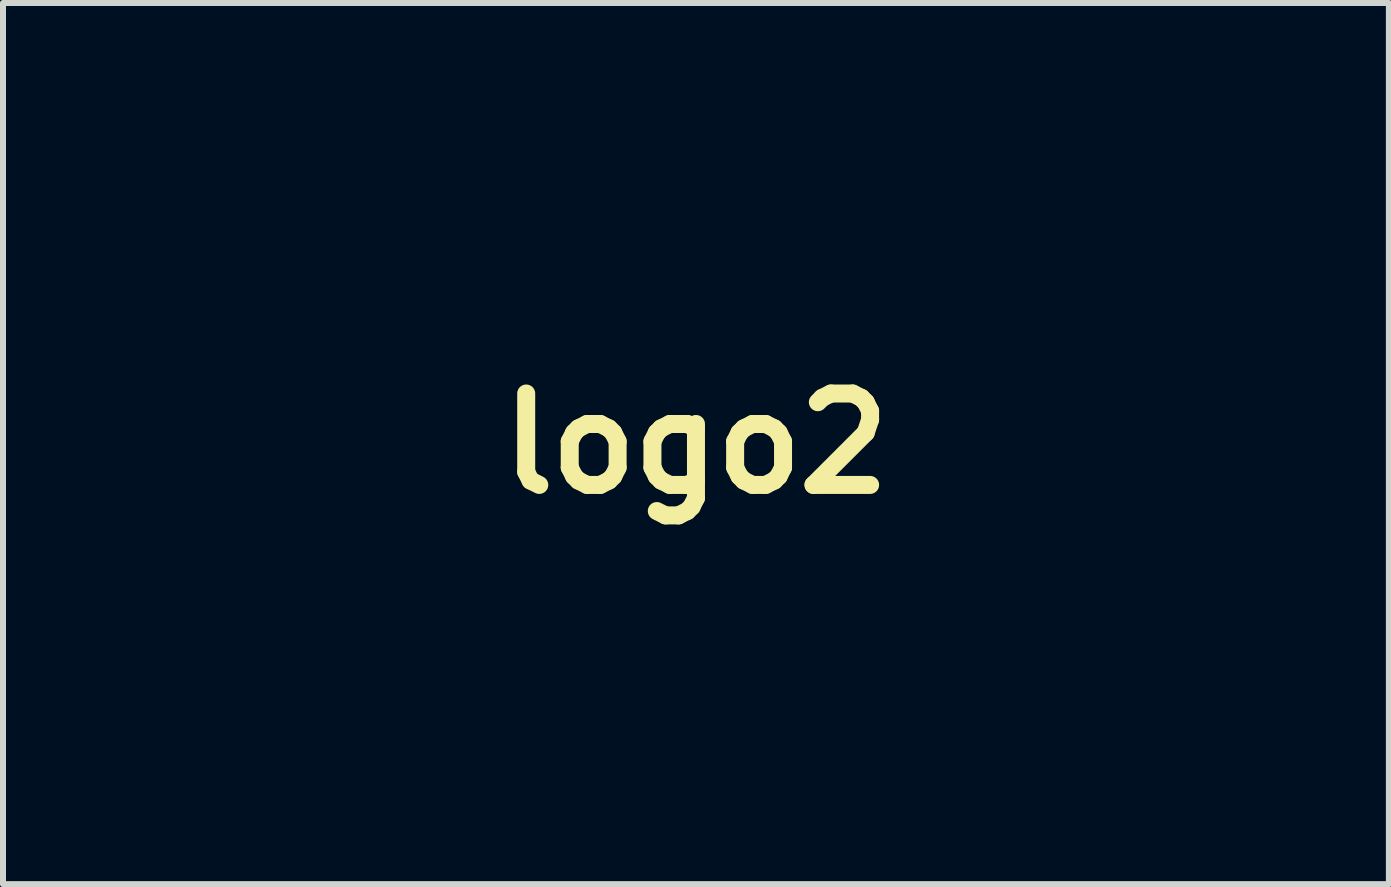
<source format=kicad_pcb>
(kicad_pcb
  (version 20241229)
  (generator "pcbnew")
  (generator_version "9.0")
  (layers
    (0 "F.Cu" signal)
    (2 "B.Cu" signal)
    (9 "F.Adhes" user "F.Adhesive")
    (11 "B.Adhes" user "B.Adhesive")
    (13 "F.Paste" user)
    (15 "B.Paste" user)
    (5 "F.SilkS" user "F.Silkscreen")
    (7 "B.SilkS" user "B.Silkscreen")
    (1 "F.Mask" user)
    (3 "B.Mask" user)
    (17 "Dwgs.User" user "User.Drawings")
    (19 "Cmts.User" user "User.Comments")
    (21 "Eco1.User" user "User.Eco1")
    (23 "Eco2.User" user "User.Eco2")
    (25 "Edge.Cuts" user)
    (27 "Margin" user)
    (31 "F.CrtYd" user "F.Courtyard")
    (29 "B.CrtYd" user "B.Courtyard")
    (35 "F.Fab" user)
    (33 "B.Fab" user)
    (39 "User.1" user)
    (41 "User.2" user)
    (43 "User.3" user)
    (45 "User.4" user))
  (footprint "logo2"
    (layer "F.Cu")
    (at 8.553 4.345)
    (property "Reference" "logo2" (at 0 0 0) (layer "F.SilkS") (effects (font (size 1.524 1.524) (thickness 0.3))))
    (attr through_hole)
    (fp_poly (pts (xy -4.908 -2.085) (xy -4.902 -2.068) (xy -4.897 -2.035) (xy -4.895 -1.993) (xy -4.895 -1.948) (xy -4.897 -1.908) (xy -4.902 -1.877) (xy -4.903 -1.873) (xy -4.92 -1.838) (xy -4.945 -1.805) (xy -4.949 -1.8) (xy -4.973 -1.78) (xy -4.997 -1.77) (xy -5.031 -1.767) (xy -5.042 -1.767) (xy -5.076 -1.768) (xy -5.095 -1.772) (xy -5.103 -1.783) (xy -5.108 -1.804) (xy -5.108 -1.848) (xy -5.099 -1.879) (xy -5.086 -1.901) (xy -5.063 -1.931) (xy -5.034 -1.966) (xy -5.001 -2.002) (xy -4.969 -2.036) (xy -4.941 -2.063) (xy -4.919 -2.081) (xy -4.908 -2.085) (xy -4.908 -2.085)) (stroke (width 0.01) (type solid)) (fill no) (layer "Eco2.User"))
    (fp_poly (pts (xy -4.457 -2.074) (xy -4.442 -2.061) (xy -4.417 -2.037) (xy -4.381 -2) (xy -4.359 -1.977) (xy -4.31 -1.926) (xy -4.275 -1.886) (xy -4.252 -1.854) (xy -4.238 -1.827) (xy -4.231 -1.802) (xy -4.23 -1.773) (xy -4.23 -1.773) (xy -4.232 -1.735) (xy -4.241 -1.713) (xy -4.262 -1.703) (xy -4.299 -1.701) (xy -4.307 -1.701) (xy -4.348 -1.703) (xy -4.377 -1.71) (xy -4.402 -1.726) (xy -4.407 -1.731) (xy -4.445 -1.772) (xy -4.469 -1.822) (xy -4.476 -1.861) (xy -4.384 -1.861) (xy -4.379 -1.855) (xy -4.373 -1.861) (xy -4.379 -1.866) (xy -4.384 -1.861) (xy -4.476 -1.861) (xy -4.48 -1.883) (xy -4.395 -1.883) (xy -4.39 -1.877) (xy -4.384 -1.883) (xy -4.39 -1.888) (xy -4.395 -1.883) (xy -4.48 -1.883) (xy -4.48 -1.885) (xy -4.482 -1.938) (xy -4.481 -1.985) (xy -4.478 -2.027) (xy -4.475 -2.056) (xy -4.474 -2.058) (xy -4.471 -2.07) (xy -4.466 -2.076) (xy -4.457 -2.074)) (stroke (width 0.01) (type solid)) (fill no) (layer "Eco2.User"))
    (fp_poly (pts (xy -4.905 0.769) (xy -4.867 0.781) (xy -4.823 0.797) (xy -4.778 0.817) (xy -4.736 0.838) (xy -4.699 0.859) (xy -4.678 0.874) (xy -4.646 0.908) (xy -4.617 0.952) (xy -4.595 0.999) (xy -4.584 1.04) (xy -4.583 1.049) (xy -4.588 1.074) (xy -4.6 1.11) (xy -4.61 1.135) (xy -4.627 1.168) (xy -4.642 1.186) (xy -4.658 1.192) (xy -4.668 1.193) (xy -4.697 1.186) (xy -4.731 1.171) (xy -4.739 1.166) (xy -4.765 1.146) (xy -4.782 1.128) (xy -4.785 1.124) (xy -4.809 1.067) (xy -4.835 1.007) (xy -4.861 0.949) (xy -4.868 0.934) (xy -4.765 0.934) (xy -4.757 0.951) (xy -4.751 0.961) (xy -4.731 0.992) (xy -4.715 1.02) (xy -4.713 1.024) (xy -4.702 1.041) (xy -4.696 1.044) (xy -4.698 1.033) (xy -4.709 1.009) (xy -4.72 0.989) (xy -4.739 0.959) (xy -4.756 0.938) (xy -4.762 0.932) (xy -4.765 0.934) (xy -4.868 0.934) (xy -4.885 0.896) (xy -4.906 0.852) (xy -4.922 0.821) (xy -4.93 0.806) (xy -4.947 0.784) (xy -4.953 0.774) (xy -4.952 0.765) (xy -4.935 0.763) (xy -4.905 0.769)) (stroke (width 0.01) (type solid)) (fill no) (layer "Eco2.User"))
    (fp_poly (pts (xy -2.946 -1.854) (xy -2.912 -1.804) (xy -2.881 -1.742) (xy -2.856 -1.676) (xy -2.839 -1.612) (xy -2.831 -1.554) (xy -2.833 -1.522) (xy -2.848 -1.459) (xy -2.872 -1.412) (xy -2.907 -1.377) (xy -2.959 -1.348) (xy -2.976 -1.342) (xy -3.01 -1.328) (xy -3.03 -1.324) (xy -3.043 -1.327) (xy -3.052 -1.335) (xy -3.074 -1.365) (xy -3.087 -1.398) (xy -3.091 -1.435) (xy -3.088 -1.458) (xy -2.982 -1.458) (xy -2.978 -1.449) (xy -2.974 -1.45) (xy -2.973 -1.463) (xy -2.974 -1.465) (xy -2.981 -1.464) (xy -2.982 -1.458) (xy -3.088 -1.458) (xy -3.086 -1.481) (xy -3.083 -1.49) (xy -2.967 -1.49) (xy -2.963 -1.489) (xy -2.959 -1.495) (xy -2.951 -1.516) (xy -2.945 -1.552) (xy -2.942 -1.583) (xy -2.94 -1.619) (xy -2.94 -1.635) (xy -2.942 -1.631) (xy -2.947 -1.609) (xy -2.949 -1.601) (xy -2.96 -1.545) (xy -2.966 -1.509) (xy -2.967 -1.49) (xy -3.083 -1.49) (xy -3.071 -1.539) (xy -3.047 -1.613) (xy -3.037 -1.64) (xy -3.016 -1.698) (xy -2.998 -1.753) (xy -2.984 -1.798) (xy -2.976 -1.83) (xy -2.974 -1.836) (xy -2.967 -1.881) (xy -2.946 -1.854)) (stroke (width 0.01) (type solid)) (fill no) (layer "Eco2.User"))
    (fp_poly (pts (xy -6.45 -1.781) (xy -6.446 -1.762) (xy -6.436 -1.727) (xy -6.421 -1.68) (xy -6.402 -1.624) (xy -6.389 -1.585) (xy -6.361 -1.505) (xy -6.342 -1.441) (xy -6.332 -1.392) (xy -6.329 -1.352) (xy -6.334 -1.32) (xy -6.346 -1.291) (xy -6.35 -1.284) (xy -6.364 -1.262) (xy -6.379 -1.252) (xy -6.399 -1.252) (xy -6.429 -1.261) (xy -6.46 -1.274) (xy -6.512 -1.302) (xy -6.548 -1.34) (xy -6.569 -1.386) (xy -6.449 -1.386) (xy -6.444 -1.38) (xy -6.438 -1.386) (xy -6.444 -1.391) (xy -6.449 -1.386) (xy -6.569 -1.386) (xy -6.572 -1.392) (xy -6.582 -1.431) (xy -6.588 -1.473) (xy -6.587 -1.512) (xy -6.583 -1.532) (xy -6.481 -1.532) (xy -6.48 -1.508) (xy -6.475 -1.477) (xy -6.469 -1.445) (xy -6.462 -1.419) (xy -6.455 -1.406) (xy -6.454 -1.406) (xy -6.454 -1.418) (xy -6.457 -1.445) (xy -6.464 -1.483) (xy -6.465 -1.486) (xy -6.472 -1.519) (xy -6.478 -1.536) (xy -6.481 -1.535) (xy -6.481 -1.532) (xy -6.583 -1.532) (xy -6.577 -1.557) (xy -6.559 -1.613) (xy -6.534 -1.673) (xy -6.505 -1.729) (xy -6.477 -1.773) (xy -6.473 -1.778) (xy -6.45 -1.806) (xy -6.45 -1.781)) (stroke (width 0.01) (type solid)) (fill no) (layer "Eco2.User"))
    (fp_poly (pts (xy -5.748 -2.361) (xy -5.75 -2.35) (xy -5.761 -2.325) (xy -5.776 -2.291) (xy -5.79 -2.258) (xy -5.808 -2.209) (xy -5.829 -2.149) (xy -5.851 -2.084) (xy -5.865 -2.038) (xy -5.892 -1.952) (xy -5.915 -1.884) (xy -5.936 -1.833) (xy -5.956 -1.794) (xy -5.977 -1.766) (xy -5.999 -1.744) (xy -6.022 -1.729) (xy -6.068 -1.705) (xy -6.101 -1.694) (xy -6.125 -1.697) (xy -6.142 -1.713) (xy -6.147 -1.719) (xy -6.165 -1.749) (xy -6.188 -1.784) (xy -6.194 -1.793) (xy -6.216 -1.84) (xy -6.219 -1.856) (xy -6.095 -1.856) (xy -6.092 -1.855) (xy -6.082 -1.874) (xy -6.065 -1.914) (xy -6.064 -1.916) (xy -6.041 -1.968) (xy -6.013 -2.025) (xy -5.991 -2.065) (xy -5.971 -2.101) (xy -5.962 -2.12) (xy -5.963 -2.124) (xy -5.973 -2.116) (xy -5.98 -2.109) (xy -6.013 -2.068) (xy -6.045 -2.011) (xy -6.072 -1.942) (xy -6.078 -1.922) (xy -6.09 -1.879) (xy -6.095 -1.856) (xy -6.219 -1.856) (xy -6.226 -1.899) (xy -6.226 -1.901) (xy -6.222 -1.981) (xy -6.195 -2.058) (xy -6.149 -2.131) (xy -6.082 -2.198) (xy -5.995 -2.259) (xy -5.915 -2.301) (xy -5.862 -2.325) (xy -5.815 -2.344) (xy -5.778 -2.357) (xy -5.754 -2.362) (xy -5.748 -2.361)) (stroke (width 0.01) (type solid)) (fill no) (layer "Eco2.User"))
    (fp_poly (pts (xy -4.857 0.221) (xy -4.737 0.227) (xy -4.635 0.245) (xy -4.548 0.276) (xy -4.474 0.32) (xy -4.418 0.371) (xy -4.377 0.423) (xy -4.353 0.471) (xy -4.344 0.523) (xy -4.348 0.585) (xy -4.351 0.602) (xy -4.36 0.653) (xy -4.367 0.687) (xy -4.375 0.706) (xy -4.387 0.715) (xy -4.406 0.718) (xy -4.432 0.717) (xy -4.474 0.714) (xy -4.514 0.705) (xy -4.528 0.7) (xy -4.55 0.69) (xy -4.57 0.676) (xy -4.592 0.658) (xy -4.617 0.632) (xy -4.648 0.596) (xy -4.669 0.569) (xy -4.473 0.569) (xy -4.467 0.574) (xy -4.462 0.569) (xy -4.467 0.563) (xy -4.473 0.569) (xy -4.669 0.569) (xy -4.687 0.547) (xy -4.73 0.491) (xy -4.774 0.437) (xy -4.818 0.383) (xy -4.836 0.362) (xy -4.688 0.362) (xy -4.638 0.404) (xy -4.602 0.436) (xy -4.561 0.473) (xy -4.533 0.499) (xy -4.499 0.531) (xy -4.479 0.548) (xy -4.474 0.55) (xy -4.482 0.536) (xy -4.484 0.533) (xy -4.519 0.492) (xy -4.56 0.45) (xy -4.601 0.414) (xy -4.636 0.389) (xy -4.644 0.384) (xy -4.688 0.362) (xy -4.836 0.362) (xy -4.86 0.335) (xy -4.894 0.297) (xy -4.906 0.284) (xy -4.97 0.221) (xy -4.857 0.221)) (stroke (width 0.01) (type solid)) (fill no) (layer "Eco2.User"))
    (fp_poly (pts (xy -4.129 -1.521) (xy -4.129 -1.508) (xy -4.139 -1.484) (xy -4.14 -1.482) (xy -4.149 -1.461) (xy -4.158 -1.43) (xy -4.167 -1.389) (xy -4.177 -1.334) (xy -4.188 -1.264) (xy -4.201 -1.176) (xy -4.215 -1.069) (xy -4.218 -1.047) (xy -4.227 -0.986) (xy -4.237 -0.931) (xy -4.247 -0.885) (xy -4.255 -0.854) (xy -4.258 -0.848) (xy -4.285 -0.805) (xy -4.321 -0.766) (xy -4.359 -0.733) (xy -4.396 -0.712) (xy -4.42 -0.707) (xy -4.434 -0.715) (xy -4.458 -0.735) (xy -4.487 -0.765) (xy -4.499 -0.778) (xy -4.53 -0.816) (xy -4.557 -0.853) (xy -4.559 -0.856) (xy -4.429 -0.856) (xy -4.408 -0.95) (xy -4.393 -1.008) (xy -4.374 -1.074) (xy -4.354 -1.132) (xy -4.353 -1.135) (xy -4.339 -1.175) (xy -4.328 -1.206) (xy -4.323 -1.224) (xy -4.323 -1.226) (xy -4.33 -1.218) (xy -4.345 -1.196) (xy -4.353 -1.184) (xy -4.392 -1.106) (xy -4.416 -1.011) (xy -4.423 -0.944) (xy -4.429 -0.856) (xy -4.559 -0.856) (xy -4.575 -0.883) (xy -4.578 -0.888) (xy -4.591 -0.943) (xy -4.592 -1.009) (xy -4.581 -1.081) (xy -4.559 -1.151) (xy -4.545 -1.182) (xy -4.506 -1.241) (xy -4.451 -1.304) (xy -4.383 -1.368) (xy -4.305 -1.428) (xy -4.223 -1.48) (xy -4.215 -1.485) (xy -4.17 -1.509) (xy -4.142 -1.521) (xy -4.129 -1.521)) (stroke (width 0.01) (type solid)) (fill no) (layer "Eco2.User"))
    (fp_poly (pts (xy -3.639 -2.358) (xy -3.602 -2.345) (xy -3.556 -2.325) (xy -3.506 -2.302) (xy -3.457 -2.277) (xy -3.413 -2.252) (xy -3.394 -2.241) (xy -3.314 -2.178) (xy -3.253 -2.108) (xy -3.212 -2.031) (xy -3.191 -1.95) (xy -3.189 -1.914) (xy -3.191 -1.882) (xy -3.198 -1.852) (xy -3.213 -1.817) (xy -3.237 -1.774) (xy -3.261 -1.736) (xy -3.282 -1.707) (xy -3.298 -1.692) (xy -3.302 -1.69) (xy -3.322 -1.695) (xy -3.352 -1.706) (xy -3.363 -1.71) (xy -3.414 -1.742) (xy -3.459 -1.785) (xy -3.484 -1.822) (xy -3.494 -1.846) (xy -3.507 -1.884) (xy -3.52 -1.928) (xy -3.522 -1.936) (xy -3.545 -2.014) (xy -3.569 -2.09) (xy -3.572 -2.101) (xy -3.44 -2.101) (xy -3.433 -2.082) (xy -3.417 -2.048) (xy -3.396 -2.005) (xy -3.372 -1.957) (xy -3.353 -1.915) (xy -3.34 -1.884) (xy -3.335 -1.868) (xy -3.332 -1.857) (xy -3.329 -1.858) (xy -3.328 -1.871) (xy -3.332 -1.898) (xy -3.335 -1.912) (xy -3.354 -1.968) (xy -3.378 -2.023) (xy -3.405 -2.069) (xy -3.429 -2.098) (xy -3.439 -2.105) (xy -3.44 -2.101) (xy -3.572 -2.101) (xy -3.592 -2.161) (xy -3.614 -2.224) (xy -3.633 -2.274) (xy -3.649 -2.308) (xy -3.655 -2.319) (xy -3.672 -2.345) (xy -3.676 -2.359) (xy -3.667 -2.363) (xy -3.662 -2.363) (xy -3.639 -2.358)) (stroke (width 0.01) (type solid)) (fill no) (layer "Eco2.User"))
    (fp_poly (pts (xy -3.25 0.258) (xy -3.249 0.273) (xy -3.259 0.304) (xy -3.278 0.347) (xy -3.305 0.399) (xy -3.308 0.404) (xy -3.37 0.496) (xy -3.445 0.577) (xy -3.53 0.643) (xy -3.622 0.692) (xy -3.664 0.707) (xy -3.712 0.717) (xy -3.774 0.724) (xy -3.842 0.728) (xy -3.909 0.728) (xy -3.968 0.724) (xy -4.003 0.719) (xy -4.033 0.709) (xy -4.072 0.695) (xy -4.088 0.687) (xy -4.14 0.664) (xy -4.123 0.621) (xy -4.094 0.566) (xy -3.962 0.566) (xy -3.958 0.568) (xy -3.934 0.562) (xy -3.918 0.557) (xy -3.887 0.549) (xy -3.842 0.541) (xy -3.787 0.535) (xy -3.744 0.531) (xy -3.68 0.525) (xy -3.627 0.517) (xy -3.588 0.508) (xy -3.578 0.504) (xy -3.539 0.486) (xy -3.578 0.492) (xy -3.605 0.495) (xy -3.648 0.5) (xy -3.699 0.504) (xy -3.74 0.508) (xy -3.824 0.517) (xy -3.886 0.53) (xy -3.914 0.54) (xy -3.948 0.556) (xy -3.962 0.566) (xy -4.094 0.566) (xy -4.092 0.561) (xy -4.047 0.502) (xy -4.025 0.48) (xy -3.534 0.48) (xy -3.528 0.486) (xy -3.523 0.48) (xy -3.528 0.475) (xy -3.534 0.48) (xy -4.025 0.48) (xy -3.995 0.451) (xy -3.971 0.434) (xy -3.926 0.407) (xy -3.878 0.387) (xy -3.823 0.373) (xy -3.755 0.364) (xy -3.671 0.358) (xy -3.657 0.357) (xy -3.541 0.349) (xy -3.443 0.334) (xy -3.363 0.312) (xy -3.302 0.283) (xy -3.298 0.281) (xy -3.272 0.265) (xy -3.254 0.258) (xy -3.25 0.258)) (stroke (width 0.01) (type solid)) (fill no) (layer "Eco2.User"))
    (fp_poly (pts (xy -2.696 -0.51) (xy -2.698 -0.5) (xy -2.703 -0.482) (xy -2.712 -0.448) (xy -2.725 -0.402) (xy -2.739 -0.348) (xy -2.743 -0.332) (xy -2.761 -0.271) (xy -2.781 -0.212) (xy -2.8 -0.16) (xy -2.817 -0.122) (xy -2.818 -0.119) (xy -2.85 -0.071) (xy -2.896 -0.017) (xy -2.95 0.037) (xy -3.007 0.086) (xy -3.06 0.124) (xy -3.086 0.138) (xy -3.154 0.162) (xy -3.233 0.173) (xy -3.313 0.17) (xy -3.368 0.16) (xy -3.412 0.146) (xy -3.46 0.127) (xy -3.504 0.108) (xy -3.541 0.09) (xy -3.564 0.075) (xy -3.566 0.072) (xy -3.57 0.053) (xy -3.566 0.019) (xy -3.561 -0.001) (xy -3.352 -0.001) (xy -3.337 -0.002) (xy -3.301 -0.012) (xy -3.283 -0.018) (xy -3.228 -0.041) (xy -3.166 -0.075) (xy -3.107 -0.115) (xy -3.07 -0.144) (xy -3.054 -0.158) (xy -3.051 -0.163) (xy -3.063 -0.157) (xy -3.092 -0.141) (xy -3.109 -0.131) (xy -3.157 -0.103) (xy -3.215 -0.073) (xy -3.271 -0.047) (xy -3.28 -0.042) (xy -3.324 -0.022) (xy -3.348 -0.007) (xy -3.352 -0.001) (xy -3.561 -0.001) (xy -3.554 -0.024) (xy -3.537 -0.07) (xy -3.524 -0.098) (xy -3.494 -0.144) (xy -3.451 -0.188) (xy -3.393 -0.232) (xy -3.319 -0.276) (xy -3.227 -0.323) (xy -3.174 -0.346) (xy -3.139 -0.361) (xy -3.092 -0.38) (xy -3.035 -0.401) (xy -2.973 -0.424) (xy -2.91 -0.448) (xy -2.848 -0.47) (xy -2.793 -0.489) (xy -2.747 -0.505) (xy -2.714 -0.515) (xy -2.698 -0.519) (xy -2.698 -0.519) (xy -2.696 -0.51)) (stroke (width 0.01) (type solid)) (fill no) (layer "Eco2.User"))
    (fp_poly (pts (xy -4.989 -0.618) (xy -4.982 -0.584) (xy -4.977 -0.531) (xy -4.97 -0.457) (xy -4.969 -0.437) (xy -4.961 -0.285) (xy -4.965 -0.152) (xy -4.98 -0.035) (xy -5.008 0.066) (xy -5.047 0.151) (xy -5.099 0.222) (xy -5.099 0.222) (xy -5.134 0.256) (xy -5.169 0.281) (xy -5.212 0.298) (xy -5.268 0.311) (xy -5.301 0.316) (xy -5.356 0.324) (xy -5.394 0.329) (xy -5.418 0.328) (xy -5.433 0.323) (xy -5.443 0.311) (xy -5.452 0.292) (xy -5.452 0.29) (xy -5.464 0.247) (xy -5.469 0.2) (xy -5.312 0.2) (xy -5.31 0.208) (xy -5.293 0.199) (xy -5.263 0.172) (xy -5.239 0.149) (xy -5.183 0.077) (xy -5.138 -0.013) (xy -5.112 -0.093) (xy -5.103 -0.131) (xy -5.096 -0.16) (xy -5.094 -0.173) (xy -5.095 -0.173) (xy -5.1 -0.165) (xy -5.115 -0.141) (xy -5.135 -0.105) (xy -5.158 -0.064) (xy -5.189 -0.007) (xy -5.224 0.053) (xy -5.258 0.108) (xy -5.274 0.134) (xy -5.3 0.176) (xy -5.312 0.2) (xy -5.469 0.2) (xy -5.469 0.192) (xy -5.468 0.134) (xy -5.461 0.082) (xy -5.453 0.055) (xy -5.441 0.035) (xy -5.419 0.001) (xy -5.387 -0.045) (xy -5.349 -0.1) (xy -5.306 -0.159) (xy -5.285 -0.188) (xy -5.281 -0.193) (xy -5.091 -0.193) (xy -5.086 -0.188) (xy -5.08 -0.193) (xy -5.086 -0.199) (xy -5.091 -0.193) (xy -5.281 -0.193) (xy -5.205 -0.3) (xy -5.138 -0.402) (xy -5.085 -0.492) (xy -5.067 -0.525) (xy -5.041 -0.575) (xy -5.022 -0.61) (xy -5.007 -0.63) (xy -4.996 -0.633) (xy -4.989 -0.618)) (stroke (width 0.01) (type solid)) (fill no) (layer "Eco2.User"))
    (fp_poly (pts (xy -6.104 0.261) (xy -6.079 0.272) (xy -6.05 0.287) (xy -5.972 0.321) (xy -5.884 0.346) (xy -5.78 0.362) (xy -5.674 0.369) (xy -5.57 0.375) (xy -5.484 0.385) (xy -5.414 0.402) (xy -5.354 0.426) (xy -5.303 0.458) (xy -5.255 0.5) (xy -5.246 0.509) (xy -5.215 0.545) (xy -5.185 0.588) (xy -5.159 0.631) (xy -5.142 0.669) (xy -5.135 0.696) (xy -5.145 0.709) (xy -5.172 0.725) (xy -5.211 0.742) (xy -5.258 0.758) (xy -5.308 0.77) (xy -5.322 0.773) (xy -5.408 0.782) (xy -5.503 0.78) (xy -5.593 0.768) (xy -5.598 0.767) (xy -5.707 0.732) (xy -5.81 0.677) (xy -5.902 0.604) (xy -5.98 0.517) (xy -5.985 0.51) (xy -5.787 0.51) (xy -5.777 0.517) (xy -5.752 0.528) (xy -5.714 0.541) (xy -5.633 0.558) (xy -5.556 0.563) (xy -5.492 0.567) (xy -5.429 0.575) (xy -5.374 0.587) (xy -5.333 0.603) (xy -5.328 0.605) (xy -5.306 0.616) (xy -5.302 0.615) (xy -5.316 0.602) (xy -5.323 0.596) (xy -5.363 0.573) (xy -5.42 0.555) (xy -5.495 0.541) (xy -5.588 0.531) (xy -5.643 0.526) (xy -5.692 0.521) (xy -5.731 0.516) (xy -5.751 0.513) (xy -5.778 0.508) (xy -5.787 0.51) (xy -5.985 0.51) (xy -5.99 0.502) (xy -5.809 0.502) (xy -5.803 0.508) (xy -5.798 0.502) (xy -5.803 0.497) (xy -5.809 0.502) (xy -5.99 0.502) (xy -6.003 0.483) (xy -6.029 0.442) (xy -6.055 0.397) (xy -6.079 0.352) (xy -6.099 0.312) (xy -6.112 0.28) (xy -6.117 0.262) (xy -6.116 0.259) (xy -6.104 0.261)) (stroke (width 0.01) (type solid)) (fill no) (layer "Eco2.User"))
    (fp_poly (pts (xy -3.854 -2.102) (xy -3.849 -2.089) (xy -3.84 -2.058) (xy -3.828 -2.013) (xy -3.814 -1.959) (xy -3.8 -1.898) (xy -3.785 -1.836) (xy -3.771 -1.776) (xy -3.76 -1.722) (xy -3.754 -1.696) (xy -3.747 -1.64) (xy -3.747 -1.58) (xy -3.748 -1.561) (xy -3.754 -1.523) (xy -3.763 -1.476) (xy -3.776 -1.425) (xy -3.789 -1.376) (xy -3.802 -1.333) (xy -3.813 -1.302) (xy -3.82 -1.289) (xy -3.831 -1.291) (xy -3.847 -1.307) (xy -3.849 -1.311) (xy -3.866 -1.333) (xy -3.893 -1.365) (xy -3.926 -1.402) (xy -3.943 -1.419) (xy -3.992 -1.476) (xy -4.026 -1.528) (xy -4.046 -1.582) (xy -4.054 -1.63) (xy -3.909 -1.63) (xy -3.906 -1.616) (xy -3.903 -1.615) (xy -3.9 -1.63) (xy -3.902 -1.637) (xy -3.907 -1.641) (xy -3.909 -1.63) (xy -4.054 -1.63) (xy -4.056 -1.644) (xy -4.058 -1.706) (xy -4.058 -1.717) (xy -3.919 -1.717) (xy -3.918 -1.687) (xy -3.915 -1.676) (xy -3.909 -1.684) (xy -3.904 -1.708) (xy -3.9 -1.743) (xy -3.9 -1.761) (xy -3.901 -1.792) (xy -3.904 -1.802) (xy -3.909 -1.795) (xy -3.915 -1.771) (xy -3.918 -1.735) (xy -3.919 -1.717) (xy -4.058 -1.717) (xy -4.057 -1.758) (xy -4.054 -1.796) (xy -4.045 -1.827) (xy -4.041 -1.839) (xy -3.898 -1.839) (xy -3.893 -1.833) (xy -3.887 -1.839) (xy -3.893 -1.844) (xy -3.898 -1.839) (xy -4.041 -1.839) (xy -4.031 -1.861) (xy -4.027 -1.87) (xy -4.007 -1.906) (xy -3.982 -1.947) (xy -3.953 -1.989) (xy -3.923 -2.03) (xy -3.896 -2.065) (xy -3.873 -2.09) (xy -3.858 -2.102) (xy -3.854 -2.102)) (stroke (width 0.01) (type solid)) (fill no) (layer "Eco2.User"))
    (fp_poly (pts (xy -2.677 -1.337) (xy -2.674 -1.309) (xy -2.673 -1.268) (xy -2.673 -1.217) (xy -2.675 -1.162) (xy -2.677 -1.106) (xy -2.681 -1.054) (xy -2.686 -1.011) (xy -2.688 -0.994) (xy -2.707 -0.909) (xy -2.731 -0.84) (xy -2.763 -0.781) (xy -2.805 -0.726) (xy -2.818 -0.712) (xy -2.868 -0.663) (xy -2.916 -0.629) (xy -2.966 -0.607) (xy -3.023 -0.598) (xy -3.091 -0.599) (xy -3.175 -0.61) (xy -3.177 -0.61) (xy -3.214 -0.617) (xy -3.235 -0.624) (xy -3.246 -0.636) (xy -3.251 -0.655) (xy -3.252 -0.659) (xy -3.253 -0.712) (xy -3.248 -0.74) (xy -3.069 -0.74) (xy -3.063 -0.741) (xy -3.046 -0.753) (xy -3.037 -0.759) (xy -3.002 -0.786) (xy -2.962 -0.821) (xy -2.936 -0.847) (xy -2.909 -0.879) (xy -2.883 -0.915) (xy -2.86 -0.95) (xy -2.845 -0.979) (xy -2.84 -0.997) (xy -2.841 -1) (xy -2.849 -0.994) (xy -2.866 -0.975) (xy -2.889 -0.947) (xy -2.916 -0.913) (xy -2.953 -0.87) (xy -2.992 -0.825) (xy -3.009 -0.807) (xy -3.043 -0.771) (xy -3.063 -0.749) (xy -3.069 -0.74) (xy -3.248 -0.74) (xy -3.242 -0.772) (xy -3.22 -0.831) (xy -3.199 -0.866) (xy -3.179 -0.889) (xy -3.145 -0.923) (xy -3.101 -0.963) (xy -3.05 -1.007) (xy -3.032 -1.022) (xy -2.838 -1.022) (xy -2.833 -1.016) (xy -2.827 -1.022) (xy -2.833 -1.027) (xy -2.838 -1.022) (xy -3.032 -1.022) (xy -3.01 -1.04) (xy -2.921 -1.113) (xy -2.849 -1.174) (xy -2.792 -1.225) (xy -2.75 -1.265) (xy -2.722 -1.297) (xy -2.709 -1.316) (xy -2.694 -1.337) (xy -2.682 -1.347) (xy -2.681 -1.347) (xy -2.677 -1.337)) (stroke (width 0.01) (type solid)) (fill no) (layer "Eco2.User"))
    (fp_poly (pts (xy -4.774 -1.823) (xy -4.764 -1.795) (xy -4.752 -1.752) (xy -4.739 -1.7) (xy -4.727 -1.64) (xy -4.721 -1.608) (xy -4.712 -1.534) (xy -4.706 -1.453) (xy -4.705 -1.371) (xy -4.708 -1.294) (xy -4.715 -1.229) (xy -4.721 -1.199) (xy -4.758 -1.099) (xy -4.816 -1.008) (xy -4.851 -0.965) (xy -4.889 -0.927) (xy -4.926 -0.899) (xy -4.967 -0.88) (xy -5.016 -0.868) (xy -5.08 -0.86) (xy -5.131 -0.856) (xy -5.265 -0.849) (xy -5.28 -0.886) (xy -5.288 -0.918) (xy -5.293 -0.964) (xy -5.294 -0.988) (xy -5.126 -0.988) (xy -5.051 -1.066) (xy -5.012 -1.109) (xy -4.975 -1.157) (xy -4.945 -1.201) (xy -4.938 -1.213) (xy -4.917 -1.258) (xy -4.898 -1.309) (xy -4.882 -1.359) (xy -4.873 -1.401) (xy -4.871 -1.419) (xy -4.876 -1.414) (xy -4.889 -1.391) (xy -4.908 -1.356) (xy -4.933 -1.309) (xy -4.952 -1.273) (xy -4.984 -1.213) (xy -5.016 -1.155) (xy -5.046 -1.103) (xy -5.071 -1.064) (xy -5.079 -1.052) (xy -5.126 -0.988) (xy -5.294 -0.988) (xy -5.295 -1.01) (xy -5.294 -1.048) (xy -5.29 -1.082) (xy -5.281 -1.115) (xy -5.267 -1.149) (xy -5.245 -1.187) (xy -5.215 -1.233) (xy -5.174 -1.287) (xy -5.122 -1.354) (xy -5.078 -1.408) (xy -5.044 -1.452) (xy -4.87 -1.452) (xy -4.865 -1.447) (xy -4.859 -1.452) (xy -4.865 -1.458) (xy -4.87 -1.452) (xy -5.044 -1.452) (xy -5.006 -1.499) (xy -4.947 -1.574) (xy -4.9 -1.636) (xy -4.864 -1.686) (xy -4.837 -1.727) (xy -4.817 -1.76) (xy -4.805 -1.787) (xy -4.803 -1.792) (xy -4.792 -1.818) (xy -4.783 -1.832) (xy -4.781 -1.833) (xy -4.774 -1.823)) (stroke (width 0.01) (type solid)) (fill no) (layer "Eco2.User"))
    (fp_poly (pts (xy -6.152 -1.595) (xy -6.12 -1.58) (xy -6.076 -1.557) (xy -6.026 -1.528) (xy -5.973 -1.497) (xy -5.921 -1.464) (xy -5.903 -1.452) (xy -5.768 -1.352) (xy -5.654 -1.246) (xy -5.562 -1.134) (xy -5.49 -1.015) (xy -5.439 -0.889) (xy -5.41 -0.757) (xy -5.4 -0.625) (xy -5.403 -0.56) (xy -5.413 -0.502) (xy -5.432 -0.445) (xy -5.462 -0.381) (xy -5.484 -0.342) (xy -5.509 -0.297) (xy -5.534 -0.251) (xy -5.554 -0.215) (xy -5.557 -0.21) (xy -5.575 -0.181) (xy -5.592 -0.161) (xy -5.599 -0.157) (xy -5.618 -0.16) (xy -5.648 -0.171) (xy -5.673 -0.182) (xy -5.729 -0.219) (xy -5.784 -0.27) (xy -5.834 -0.331) (xy -5.856 -0.365) (xy -5.869 -0.389) (xy -5.881 -0.417) (xy -5.893 -0.452) (xy -5.906 -0.495) (xy -5.919 -0.549) (xy -5.935 -0.615) (xy -5.952 -0.697) (xy -5.972 -0.796) (xy -5.996 -0.915) (xy -5.997 -0.92) (xy -6.022 -1.045) (xy -6.043 -1.151) (xy -6.044 -1.155) (xy -5.874 -1.155) (xy -5.868 -1.136) (xy -5.853 -1.101) (xy -5.84 -1.07) (xy -5.804 -0.983) (xy -5.769 -0.892) (xy -5.735 -0.799) (xy -5.704 -0.709) (xy -5.677 -0.624) (xy -5.656 -0.548) (xy -5.64 -0.485) (xy -5.632 -0.438) (xy -5.631 -0.427) (xy -5.629 -0.412) (xy -5.626 -0.417) (xy -5.624 -0.424) (xy -5.623 -0.443) (xy -5.625 -0.478) (xy -5.629 -0.524) (xy -5.632 -0.555) (xy -5.651 -0.682) (xy -5.678 -0.794) (xy -5.715 -0.895) (xy -5.763 -0.991) (xy -5.8 -1.052) (xy -5.835 -1.105) (xy -5.858 -1.14) (xy -5.871 -1.156) (xy -5.874 -1.155) (xy -6.044 -1.155) (xy -6.051 -1.187) (xy -5.897 -1.187) (xy -5.892 -1.182) (xy -5.886 -1.187) (xy -5.892 -1.193) (xy -5.897 -1.187) (xy -6.051 -1.187) (xy -6.062 -1.239) (xy -6.079 -1.312) (xy -6.093 -1.372) (xy -6.107 -1.421) (xy -6.12 -1.462) (xy -6.133 -1.496) (xy -6.147 -1.526) (xy -6.15 -1.533) (xy -6.168 -1.572) (xy -6.174 -1.595) (xy -6.171 -1.601) (xy -6.152 -1.595)) (stroke (width 0.01) (type solid)) (fill no) (layer "Eco2.User"))
    (fp_poly (pts (xy -3.182 -1.6) (xy -3.181 -1.595) (xy -3.185 -1.583) (xy -3.197 -1.557) (xy -3.214 -1.523) (xy -3.225 -1.499) (xy -3.237 -1.471) (xy -3.248 -1.437) (xy -3.26 -1.396) (xy -3.273 -1.346) (xy -3.287 -1.284) (xy -3.304 -1.209) (xy -3.323 -1.119) (xy -3.345 -1.011) (xy -3.371 -0.884) (xy -3.379 -0.843) (xy -3.403 -0.726) (xy -3.423 -0.63) (xy -3.442 -0.55) (xy -3.459 -0.485) (xy -3.475 -0.431) (xy -3.492 -0.388) (xy -3.51 -0.352) (xy -3.53 -0.321) (xy -3.553 -0.292) (xy -3.579 -0.264) (xy -3.614 -0.233) (xy -3.656 -0.203) (xy -3.698 -0.177) (xy -3.736 -0.16) (xy -3.759 -0.155) (xy -3.771 -0.164) (xy -3.79 -0.19) (xy -3.814 -0.229) (xy -3.838 -0.273) (xy -3.874 -0.341) (xy -3.9 -0.392) (xy -3.92 -0.43) (xy -3.922 -0.436) (xy -3.734 -0.436) (xy -3.701 -0.558) (xy -3.683 -0.623) (xy -3.661 -0.695) (xy -3.639 -0.763) (xy -3.629 -0.791) (xy -3.608 -0.849) (xy -3.581 -0.918) (xy -3.554 -0.987) (xy -3.534 -1.033) (xy -3.515 -1.081) (xy -3.5 -1.119) (xy -3.49 -1.144) (xy -3.488 -1.153) (xy -3.489 -1.153) (xy -3.507 -1.129) (xy -3.533 -1.091) (xy -3.562 -1.045) (xy -3.592 -0.997) (xy -3.618 -0.953) (xy -3.636 -0.917) (xy -3.64 -0.909) (xy -3.667 -0.837) (xy -3.692 -0.751) (xy -3.712 -0.661) (xy -3.725 -0.575) (xy -3.728 -0.536) (xy -3.734 -0.436) (xy -3.922 -0.436) (xy -3.933 -0.46) (xy -3.942 -0.484) (xy -3.948 -0.505) (xy -3.953 -0.528) (xy -3.955 -0.539) (xy -3.962 -0.622) (xy -3.956 -0.717) (xy -3.937 -0.818) (xy -3.908 -0.919) (xy -3.869 -1.016) (xy -3.822 -1.103) (xy -3.81 -1.121) (xy -3.766 -1.176) (xy -3.479 -1.176) (xy -3.473 -1.171) (xy -3.468 -1.176) (xy -3.473 -1.182) (xy -3.479 -1.176) (xy -3.766 -1.176) (xy -3.745 -1.204) (xy -3.661 -1.288) (xy -3.564 -1.372) (xy -3.455 -1.452) (xy -3.34 -1.526) (xy -3.317 -1.539) (xy -3.26 -1.57) (xy -3.22 -1.59) (xy -3.195 -1.6) (xy -3.182 -1.6)) (stroke (width 0.01) (type solid)) (fill no) (layer "Eco2.User"))
    (fp_poly (pts (xy 8.548 4.34) (xy -8.548 4.34) (xy -8.548 -1.022) (xy -6.593 -1.022) (xy -6.587 -1.016) (xy -6.582 -1.022) (xy -6.587 -1.027) (xy -6.593 -1.022) (xy -8.548 -1.022) (xy -8.548 -1.922) (xy -6.748 -1.922) (xy -6.748 -1.795) (xy -6.747 -1.689) (xy -6.747 -1.601) (xy -6.746 -1.529) (xy -6.745 -1.472) (xy -6.744 -1.428) (xy -6.742 -1.395) (xy -6.74 -1.371) (xy -6.737 -1.355) (xy -6.734 -1.344) (xy -6.73 -1.336) (xy -6.728 -1.334) (xy -6.694 -1.294) (xy -6.644 -1.244) (xy -6.582 -1.186) (xy -6.511 -1.123) (xy -6.432 -1.057) (xy -6.411 -1.04) (xy -6.358 -0.996) (xy -6.308 -0.953) (xy -6.266 -0.914) (xy -6.235 -0.883) (xy -6.221 -0.866) (xy -6.193 -0.815) (xy -6.173 -0.756) (xy -6.164 -0.698) (xy -6.166 -0.66) (xy -6.171 -0.641) (xy -6.178 -0.629) (xy -6.194 -0.621) (xy -6.222 -0.615) (xy -6.259 -0.609) (xy -6.336 -0.599) (xy -6.397 -0.597) (xy -6.447 -0.603) (xy -6.49 -0.62) (xy -6.532 -0.647) (xy -6.578 -0.687) (xy -6.611 -0.723) (xy -6.328 -0.723) (xy -6.322 -0.718) (xy -6.317 -0.723) (xy -6.322 -0.729) (xy -6.328 -0.723) (xy -6.611 -0.723) (xy -6.631 -0.745) (xy -6.673 -0.807) (xy -6.704 -0.878) (xy -6.727 -0.963) (xy -6.734 -1.001) (xy -6.579 -1.001) (xy -6.578 -0.988) (xy -6.566 -0.963) (xy -6.548 -0.931) (xy -6.526 -0.897) (xy -6.504 -0.867) (xy -6.502 -0.865) (xy -6.481 -0.844) (xy -6.452 -0.817) (xy -6.419 -0.788) (xy -6.387 -0.761) (xy -6.36 -0.741) (xy -6.343 -0.73) (xy -6.34 -0.729) (xy -6.346 -0.736) (xy -6.363 -0.756) (xy -6.39 -0.785) (xy -6.408 -0.805) (xy -6.447 -0.848) (xy -6.487 -0.894) (xy -6.52 -0.934) (xy -6.527 -0.944) (xy -6.551 -0.973) (xy -6.569 -0.994) (xy -6.578 -1.001) (xy -6.579 -1.001) (xy -6.734 -1.001) (xy -6.736 -1.014) (xy -6.739 -1.019) (xy -6.741 -1.002) (xy -6.743 -0.966) (xy -6.744 -0.912) (xy -6.746 -0.84) (xy -6.746 -0.752) (xy -6.746 -0.737) (xy -6.748 -0.409) (xy -6.692 -0.409) (xy -6.658 -0.41) (xy -6.641 -0.418) (xy -6.641 -0.435) (xy -6.653 -0.468) (xy -6.654 -0.471) (xy -6.663 -0.498) (xy -6.666 -0.515) (xy -6.666 -0.516) (xy -6.654 -0.515) (xy -6.626 -0.508) (xy -6.586 -0.496) (xy -6.552 -0.486) (xy -6.436 -0.445) (xy -6.324 -0.403) (xy -6.218 -0.359) (xy -6.121 -0.315) (xy -6.037 -0.272) (xy -5.967 -0.232) (xy -5.915 -0.196) (xy -5.906 -0.188) (xy -5.863 -0.139) (xy -5.826 -0.077) (xy -5.8 -0.009) (xy -5.792 0.028) (xy -5.785 0.073) (xy -5.855 0.108) (xy -5.958 0.15) (xy -6.054 0.172) (xy -6.145 0.172) (xy -6.232 0.151) (xy -6.318 0.109) (xy -6.403 0.045) (xy -6.431 0.019) (xy -6.481 -0.034) (xy -6.521 -0.087) (xy -6.554 -0.145) (xy -6.558 -0.156) (xy -6.298 -0.156) (xy -6.294 -0.15) (xy -6.278 -0.135) (xy -6.251 -0.113) (xy -6.225 -0.094) (xy -6.182 -0.068) (xy -6.133 -0.043) (xy -6.085 -0.021) (xy -6.043 -0.006) (xy -6.014 -0.000424) (xy -6.013 -0.00042) (xy -6.013 -0.005) (xy -6.031 -0.016) (xy -6.062 -0.034) (xy -6.102 -0.053) (xy -6.153 -0.079) (xy -6.202 -0.104) (xy -6.243 -0.127) (xy -6.262 -0.138) (xy -6.288 -0.153) (xy -6.298 -0.156) (xy -6.558 -0.156) (xy -6.568 -0.182) (xy -6.339 -0.182) (xy -6.333 -0.177) (xy -6.328 -0.182) (xy -6.333 -0.188) (xy -6.339 -0.182) (xy -6.568 -0.182) (xy -6.581 -0.215) (xy -6.607 -0.3) (xy -6.608 -0.304) (xy -6.636 -0.403) (xy -6.636 1.079) (xy -6.637 2.562) (xy -4.484 2.562) (xy -4.484 2.352) (xy -0.42 2.352) (xy -0.42 1.723) (xy 5.444 1.723) (xy 5.444 1.447) (xy 6.67 1.447) (xy 6.67 -0.431) (xy 5.406 -0.431) (xy 5.184 -0.431) (xy 4.983 -0.43) (xy 4.804 -0.43) (xy 4.645 -0.429) (xy 4.509 -0.428) (xy 4.393 -0.427) (xy 4.299 -0.426) (xy 4.227 -0.425) (xy 4.177 -0.423) (xy 4.148 -0.421) (xy 4.141 -0.42) (xy 4.13 -0.416) (xy 4.098 -0.413) (xy 4.045 -0.411) (xy 3.973 -0.41) (xy 3.881 -0.409) (xy 3.821 -0.409) (xy 3.501 -0.409) (xy 3.501 -1.59) (xy -0.42 -1.59) (xy -0.42 -2.474) (xy -2.234 -2.472) (xy -2.431 -2.472) (xy -2.622 -2.472) (xy -2.804 -2.472) (xy -2.979 -2.471) (xy -3.143 -2.471) (xy -3.296 -2.47) (xy -3.436 -2.469) (xy -3.564 -2.469) (xy -3.677 -2.468) (xy -3.775 -2.467) (xy -3.855 -2.466) (xy -3.919 -2.465) (xy -3.963 -2.465) (xy -3.988 -2.464) (xy -3.991 -2.463) (xy -3.933 -2.451) (xy -3.888 -2.431) (xy -3.85 -2.4) (xy -3.813 -2.354) (xy -3.798 -2.332) (xy -3.771 -2.286) (xy -3.757 -2.254) (xy -3.756 -2.23) (xy -3.77 -2.21) (xy -3.798 -2.188) (xy -3.808 -2.181) (xy -3.839 -2.163) (xy -3.87 -2.15) (xy -3.904 -2.142) (xy -3.945 -2.139) (xy -3.996 -2.142) (xy -4.06 -2.149) (xy -4.142 -2.161) (xy -4.167 -2.165) (xy -4.239 -2.176) (xy -4.309 -2.185) (xy -4.372 -2.193) (xy -4.423 -2.197) (xy -4.455 -2.199) (xy -4.531 -2.199) (xy -4.488 -2.243) (xy -4.432 -2.295) (xy -4.202 -2.295) (xy -4.198 -2.292) (xy -4.179 -2.29) (xy -4.143 -2.29) (xy -4.089 -2.29) (xy -4.071 -2.29) (xy -4.012 -2.291) (xy -3.969 -2.292) (xy -3.945 -2.295) (xy -3.942 -2.299) (xy -3.943 -2.299) (xy -3.985 -2.309) (xy -4.038 -2.314) (xy -4.096 -2.315) (xy -4.147 -2.311) (xy -4.174 -2.305) (xy -4.193 -2.299) (xy -4.202 -2.295) (xy -4.432 -2.295) (xy -4.421 -2.305) (xy -4.347 -2.36) (xy -4.27 -2.407) (xy -4.196 -2.441) (xy -4.13 -2.461) (xy -4.129 -2.461) (xy -4.125 -2.464) (xy -4.141 -2.466) (xy -4.175 -2.469) (xy -4.225 -2.472) (xy -4.288 -2.474) (xy -4.364 -2.477) (xy -4.45 -2.479) (xy -4.543 -2.481) (xy -4.642 -2.482) (xy -4.745 -2.483) (xy -4.85 -2.484) (xy -4.954 -2.484) (xy -4.985 -2.484) (xy -5.074 -2.484) (xy -5.142 -2.483) (xy -5.192 -2.482) (xy -5.225 -2.481) (xy -5.244 -2.479) (xy -5.25 -2.476) (xy -5.245 -2.473) (xy -5.233 -2.47) (xy -5.194 -2.455) (xy -5.15 -2.434) (xy -5.128 -2.421) (xy -5.087 -2.39) (xy -5.039 -2.347) (xy -4.988 -2.296) (xy -4.939 -2.243) (xy -4.898 -2.193) (xy -4.882 -2.171) (xy -4.845 -2.117) (xy -4.877 -2.124) (xy -4.929 -2.135) (xy -4.985 -2.143) (xy -5.048 -2.149) (xy -5.123 -2.154) (xy -5.215 -2.159) (xy -5.224 -2.159) (xy -5.29 -2.162) (xy -5.352 -2.166) (xy -5.404 -2.17) (xy -5.443 -2.174) (xy -5.459 -2.177) (xy -5.492 -2.192) (xy -5.53 -2.217) (xy -5.565 -2.247) (xy -5.593 -2.278) (xy -5.605 -2.299) (xy -5.605 -2.314) (xy -5.598 -2.329) (xy -5.472 -2.329) (xy -5.389 -2.318) (xy -5.334 -2.309) (xy -5.273 -2.297) (xy -5.229 -2.287) (xy -5.18 -2.274) (xy -5.152 -2.268) (xy -5.143 -2.268) (xy -5.153 -2.276) (xy -5.182 -2.29) (xy -5.19 -2.295) (xy -5.224 -2.309) (xy -5.256 -2.318) (xy -5.295 -2.323) (xy -5.346 -2.326) (xy -5.362 -2.326) (xy -5.472 -2.329) (xy -5.598 -2.329) (xy -5.595 -2.334) (xy -5.572 -2.362) (xy -5.542 -2.393) (xy -5.507 -2.426) (xy -5.473 -2.453) (xy -5.446 -2.47) (xy -5.439 -2.473) (xy -5.443 -2.475) (xy -5.468 -2.477) (xy -5.512 -2.479) (xy -5.575 -2.48) (xy -5.656 -2.481) (xy -5.753 -2.482) (xy -5.865 -2.483) (xy -5.991 -2.484) (xy -6.077 -2.484) (xy -6.748 -2.485) (xy -6.748 -1.922) (xy -8.548 -1.922) (xy -8.548 -4.34) (xy 8.548 -4.34) (xy 8.548 4.34)) (stroke (width 0.01) (type solid)) (fill no) (layer "Eco2.User")))
  (gr_rect
    (start -3 -3)
    (end 20.105 11.69)
    (stroke (width 0.1) (type default))
    (fill no)
    (layer "Edge.Cuts")))
</source>
